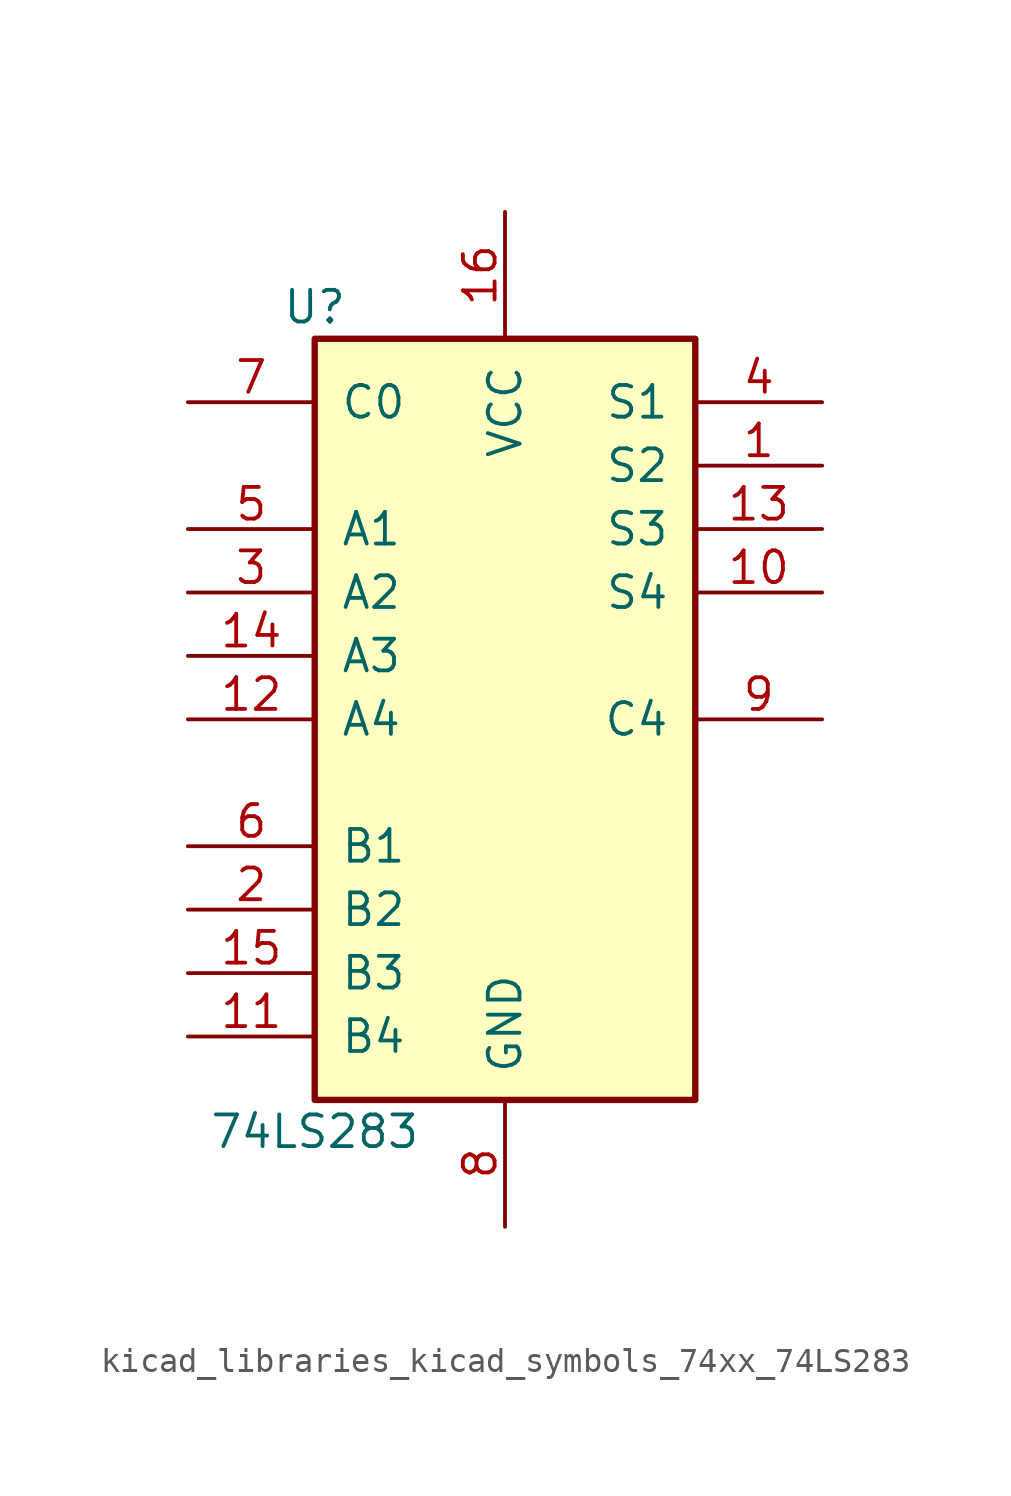
<source format=kicad_sym>
(kicad_symbol_lib
  (version 20220914)
  (generator kicad_symbol_editor)
  (symbol "kicad_libraries_kicad_symbols_74xx_74LS283"
    (pin_names
      (offset 1.016))
    (property "Reference" "U"
      (at -7.62 16.51 0)
      (effects (font (size 1.27 1.27))))
    (property "Value" "74LS283"
      (at -7.62 -16.51 0)
      (effects (font (size 1.27 1.27))))
    (property "ki_locked" ""
      (at 0 0 0)
      (effects (font (size 1.27 1.27))))
    (symbol "kicad_libraries_kicad_symbols_74xx_74LS283_1_0"
      (pin output line (at 12.7 10.16 180) (length 5.08) (name "S2" (effects (font (size 1.27 1.27)))) (number "1" (effects (font (size 1.27 1.27)))))
      (pin output line (at 12.7 5.08 180) (length 5.08) (name "S4" (effects (font (size 1.27 1.27)))) (number "10" (effects (font (size 1.27 1.27)))))
      (pin input line (at -12.7 -12.7 0) (length 5.08) (name "B4" (effects (font (size 1.27 1.27)))) (number "11" (effects (font (size 1.27 1.27)))))
      (pin input line (at -12.7 0 0) (length 5.08) (name "A4" (effects (font (size 1.27 1.27)))) (number "12" (effects (font (size 1.27 1.27)))))
      (pin output line (at 12.7 7.62 180) (length 5.08) (name "S3" (effects (font (size 1.27 1.27)))) (number "13" (effects (font (size 1.27 1.27)))))
      (pin input line (at -12.7 2.54 0) (length 5.08) (name "A3" (effects (font (size 1.27 1.27)))) (number "14" (effects (font (size 1.27 1.27)))))
      (pin input line (at -12.7 -10.16 0) (length 5.08) (name "B3" (effects (font (size 1.27 1.27)))) (number "15" (effects (font (size 1.27 1.27)))))
      (pin power_in line (at 0 20.32 270) (length 5.08) (name "VCC" (effects (font (size 1.27 1.27)))) (number "16" (effects (font (size 1.27 1.27)))))
      (pin input line (at -12.7 -7.62 0) (length 5.08) (name "B2" (effects (font (size 1.27 1.27)))) (number "2" (effects (font (size 1.27 1.27)))))
      (pin input line (at -12.7 5.08 0) (length 5.08) (name "A2" (effects (font (size 1.27 1.27)))) (number "3" (effects (font (size 1.27 1.27)))))
      (pin output line (at 12.7 12.7 180) (length 5.08) (name "S1" (effects (font (size 1.27 1.27)))) (number "4" (effects (font (size 1.27 1.27)))))
      (pin input line (at -12.7 7.62 0) (length 5.08) (name "A1" (effects (font (size 1.27 1.27)))) (number "5" (effects (font (size 1.27 1.27)))))
      (pin input line (at -12.7 -5.08 0) (length 5.08) (name "B1" (effects (font (size 1.27 1.27)))) (number "6" (effects (font (size 1.27 1.27)))))
      (pin input line (at -12.7 12.7 0) (length 5.08) (name "C0" (effects (font (size 1.27 1.27)))) (number "7" (effects (font (size 1.27 1.27)))))
      (pin power_in line (at 0 -20.32 90) (length 5.08) (name "GND" (effects (font (size 1.27 1.27)))) (number "8" (effects (font (size 1.27 1.27)))))
      (pin output line (at 12.7 0 180) (length 5.08) (name "C4" (effects (font (size 1.27 1.27)))) (number "9" (effects (font (size 1.27 1.27))))))
    (symbol "kicad_libraries_kicad_symbols_74xx_74LS283_1_1"
      (rectangle (start -7.62 15.24) (end 7.62 -15.24) (stroke (width 0.254) (type default)) (fill (type background))))))
</source>
